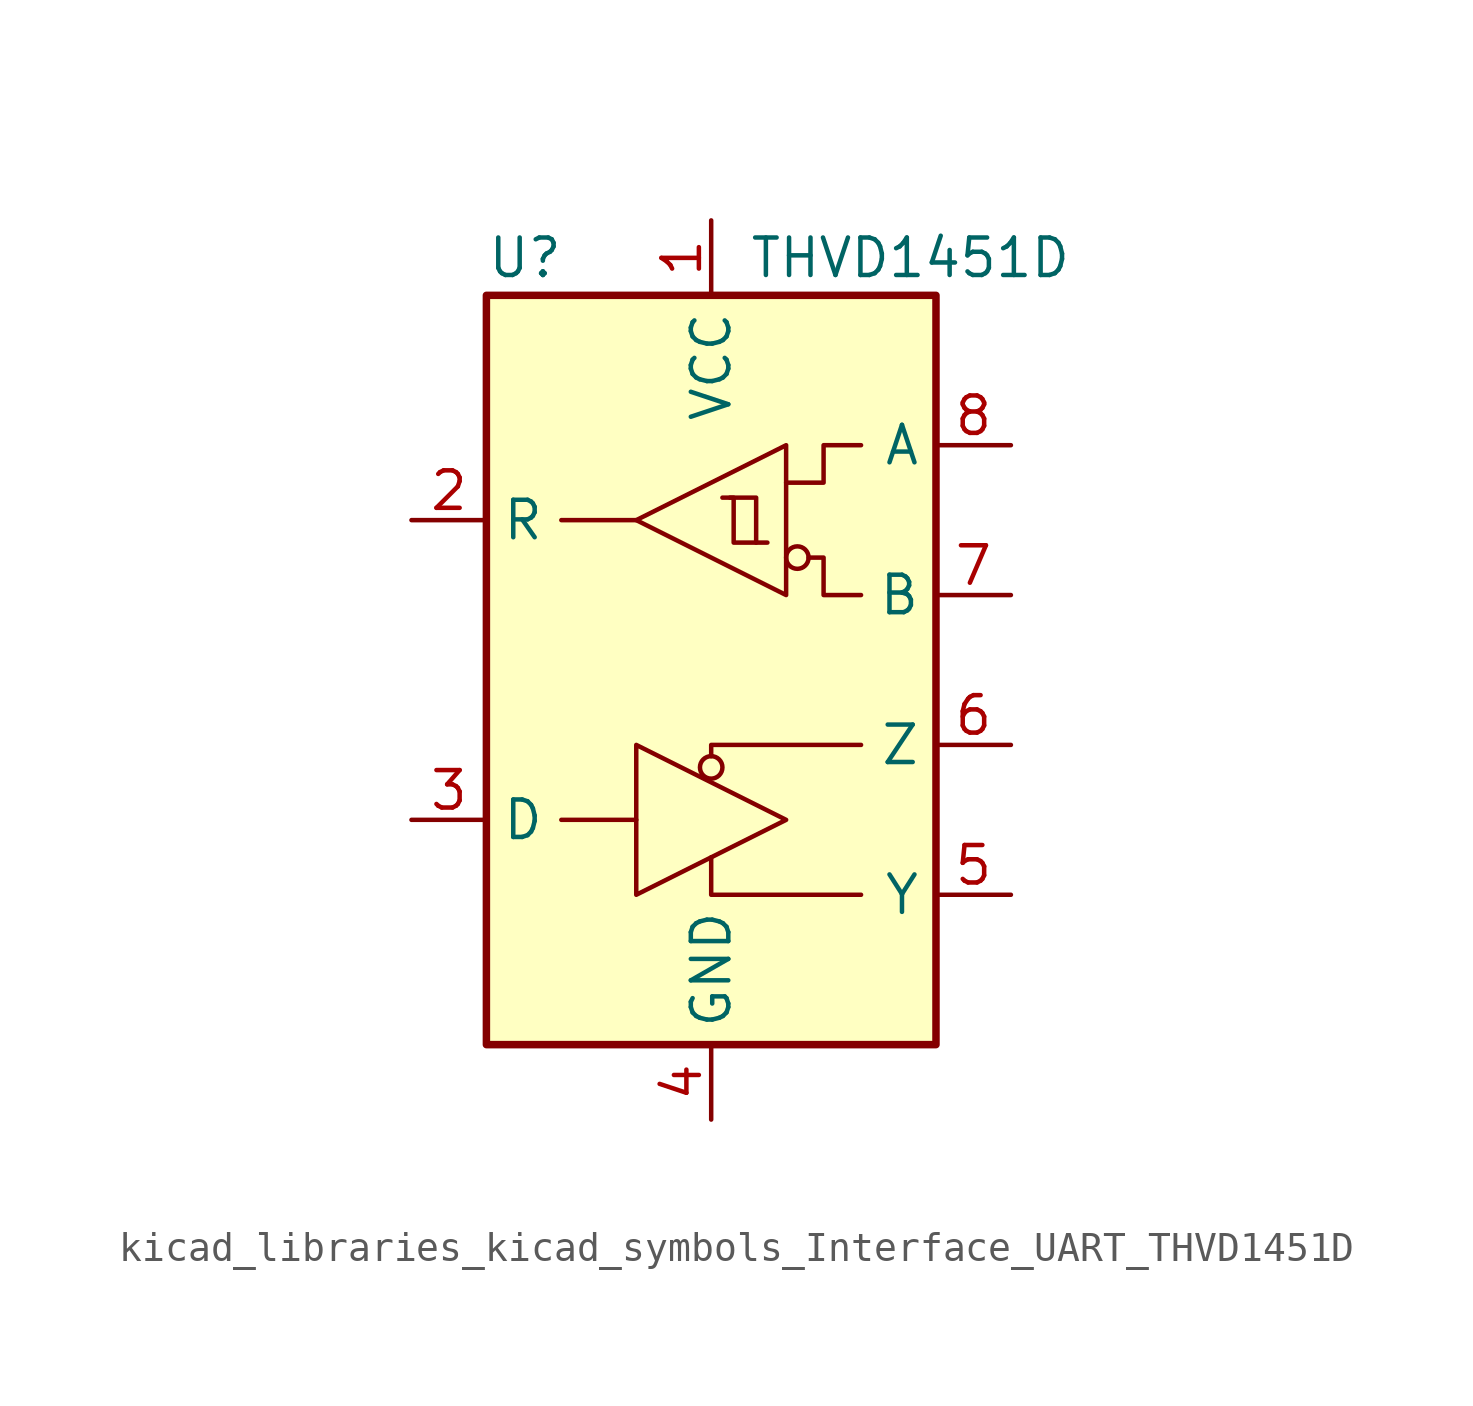
<source format=kicad_sym>
(kicad_symbol_lib
  (version 20220914)
  (generator kicad_symbol_editor)
  (symbol "kicad_libraries_kicad_symbols_Interface_UART_THVD1451D"
    (property "Reference" "U"
      (at -7.62 13.97 0)
      (effects (font (size 1.27 1.27)) (justify left)))
    (property "Value" "THVD1451D"
      (at 1.27 13.97 0)
      (effects (font (size 1.27 1.27)) (justify left)))
    (symbol "kicad_libraries_kicad_symbols_Interface_UART_THVD1451D_0_1"
      (rectangle (start -7.62 12.7) (end 7.62 -12.7) (stroke (width 0.254) (type default)) (fill (type background)))
      (circle (center 0 -3.302) (radius 0.381) (stroke (width 0) (type default)) (fill (type none)))
      (polyline (pts (xy -5.08 -5.08) (xy -2.54 -5.08)) (stroke (width 0) (type default)) (fill (type none)))
      (polyline (pts (xy -2.54 5.08) (xy -5.08 5.08)) (stroke (width 0) (type default)) (fill (type none)))
      (polyline (pts (xy 1.524 4.318) (xy 1.524 5.842) (xy 0.635 5.842)) (stroke (width 0) (type default)) (fill (type none)))
      (polyline (pts (xy 5.08 -7.62) (xy 0 -7.62) (xy 0 -6.35)) (stroke (width 0) (type default)) (fill (type none)))
      (polyline (pts (xy 5.08 -2.54) (xy 0 -2.54) (xy 0 -2.921)) (stroke (width 0) (type default)) (fill (type none)))
      (polyline (pts (xy -2.54 -2.54) (xy -2.54 -7.62) (xy 2.54 -5.08) (xy -2.54 -2.54)) (stroke (width 0) (type default)) (fill (type none)))
      (polyline (pts (xy 2.54 6.35) (xy 3.81 6.35) (xy 3.81 7.62) (xy 5.08 7.62)) (stroke (width 0) (type default)) (fill (type none)))
      (polyline (pts (xy 2.54 7.62) (xy 2.54 2.54) (xy -2.54 5.08) (xy 2.54 7.62)) (stroke (width 0) (type default)) (fill (type none)))
      (polyline (pts (xy 3.302 3.81) (xy 3.81 3.81) (xy 3.81 2.54) (xy 5.08 2.54)) (stroke (width 0) (type default)) (fill (type none)))
      (polyline (pts (xy 1.905 4.318) (xy 0.889 4.318) (xy 0.762 4.318) (xy 0.762 5.842) (xy 0.381 5.842)) (stroke (width 0) (type default)) (fill (type none)))
      (circle (center 2.921 3.81) (radius 0.381) (stroke (width 0) (type default)) (fill (type none))))
    (symbol "kicad_libraries_kicad_symbols_Interface_UART_THVD1451D_1_1"
      (pin power_in line (at 0 15.24 270) (length 2.54) (name "VCC" (effects (font (size 1.27 1.27)))) (number "1" (effects (font (size 1.27 1.27)))))
      (pin output line (at -10.16 5.08 0) (length 2.54) (name "R" (effects (font (size 1.27 1.27)))) (number "2" (effects (font (size 1.27 1.27)))))
      (pin input line (at -10.16 -5.08 0) (length 2.54) (name "D" (effects (font (size 1.27 1.27)))) (number "3" (effects (font (size 1.27 1.27)))))
      (pin power_in line (at 0 -15.24 90) (length 2.54) (name "GND" (effects (font (size 1.27 1.27)))) (number "4" (effects (font (size 1.27 1.27)))))
      (pin output line (at 10.16 -7.62 180) (length 2.54) (name "Y" (effects (font (size 1.27 1.27)))) (number "5" (effects (font (size 1.27 1.27)))))
      (pin output line (at 10.16 -2.54 180) (length 2.54) (name "Z" (effects (font (size 1.27 1.27)))) (number "6" (effects (font (size 1.27 1.27)))))
      (pin input line (at 10.16 2.54 180) (length 2.54) (name "B" (effects (font (size 1.27 1.27)))) (number "7" (effects (font (size 1.27 1.27)))))
      (pin input line (at 10.16 7.62 180) (length 2.54) (name "A" (effects (font (size 1.27 1.27)))) (number "8" (effects (font (size 1.27 1.27))))))))
</source>
